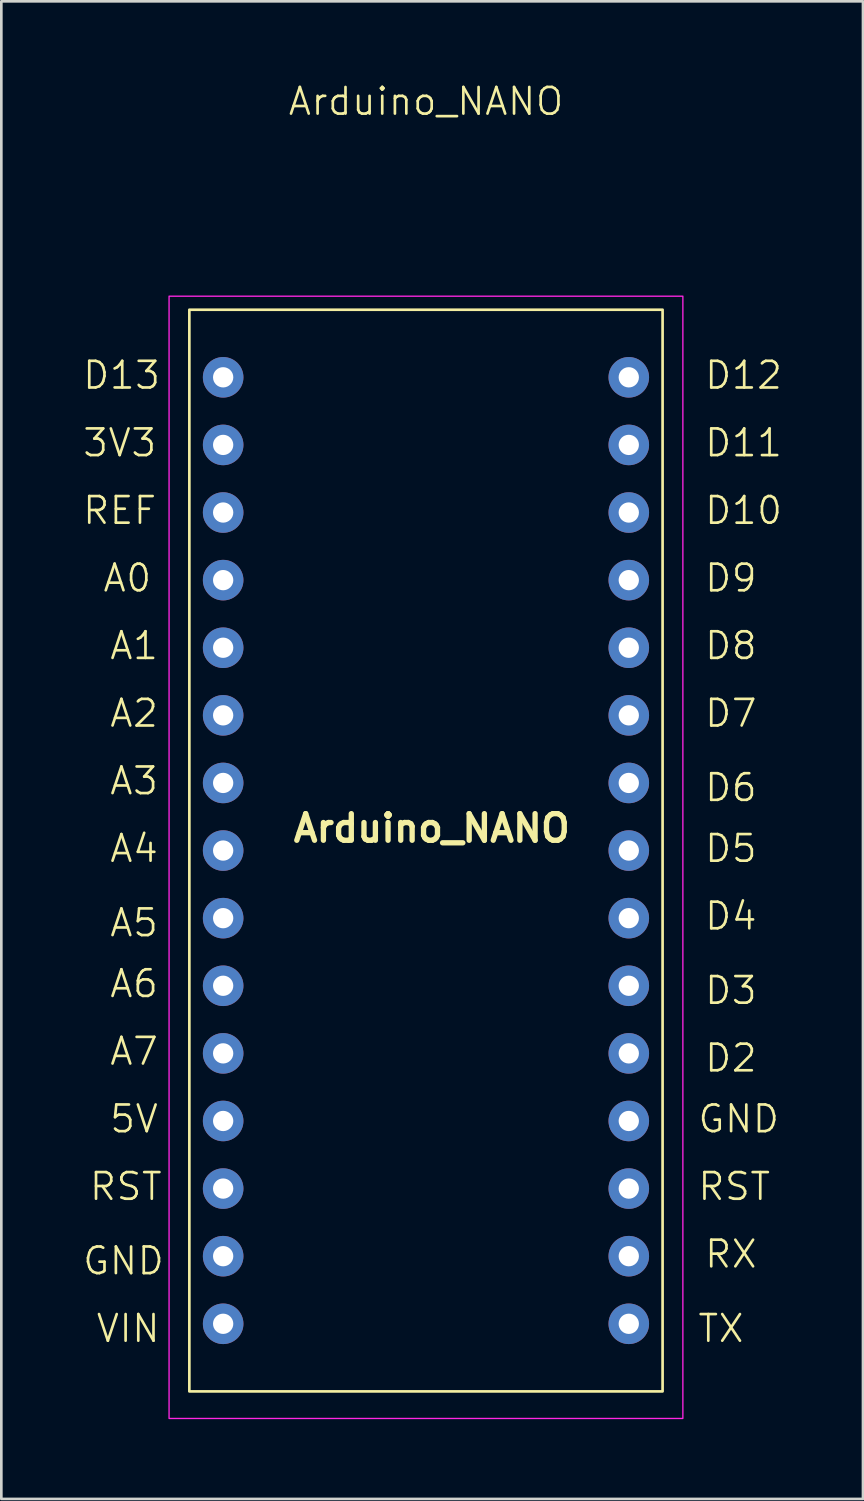
<source format=kicad_pcb>
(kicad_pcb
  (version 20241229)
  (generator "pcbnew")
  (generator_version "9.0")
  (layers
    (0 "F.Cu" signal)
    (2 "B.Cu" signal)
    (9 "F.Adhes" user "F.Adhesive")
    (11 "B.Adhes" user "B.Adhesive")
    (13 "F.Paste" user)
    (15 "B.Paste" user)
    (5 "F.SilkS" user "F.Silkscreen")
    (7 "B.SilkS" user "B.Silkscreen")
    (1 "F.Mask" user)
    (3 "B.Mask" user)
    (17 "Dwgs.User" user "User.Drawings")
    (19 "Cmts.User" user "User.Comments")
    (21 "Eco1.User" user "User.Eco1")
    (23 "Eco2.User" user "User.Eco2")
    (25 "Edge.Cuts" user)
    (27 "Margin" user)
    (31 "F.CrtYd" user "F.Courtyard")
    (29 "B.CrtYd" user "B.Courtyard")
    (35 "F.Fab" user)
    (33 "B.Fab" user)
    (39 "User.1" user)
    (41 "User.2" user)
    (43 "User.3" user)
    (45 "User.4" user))
  (footprint "Arduino_NANO"
    (layer "F.Cu")
    (at 12.954 28.398)
    (property "Reference" "Arduino_NANO" (at 0 -27.638 0) (unlocked yes) (layer "F.SilkS") (effects (font (size 1 1) (thickness 0.1))))
    (attr through_hole)
    (fp_rect (start -8.89 -19.812) (end 8.89 20.828) (stroke (width 0.1) (type default)) (fill no) (layer "F.SilkS"))
    (fp_rect (start -9.652 -20.32) (end 9.652 21.844) (stroke (width 0.05) (type default)) (fill no) (layer "F.CrtYd"))
    (fp_text user "A1" (at -11.938 -6.604 0) (unlocked yes) (layer "F.SilkS") (effects (font (size 1 1) (thickness 0.1)) (justify left bottom)))
    (fp_text user "D6" (at 10.414 -1.27 0) (unlocked yes) (layer "F.SilkS") (effects (font (size 1 1) (thickness 0.1)) (justify left bottom)))
    (fp_text user "A7" (at -11.938 8.636 0) (unlocked yes) (layer "F.SilkS") (effects (font (size 1 1) (thickness 0.1)) (justify left bottom)))
    (fp_text user "A0" (at -12.192 -9.144 0) (unlocked yes) (layer "F.SilkS") (effects (font (size 1 1) (thickness 0.1)) (justify left bottom)))
    (fp_text user "RX" (at 10.414 16.256 0) (unlocked yes) (layer "F.SilkS") (effects (font (size 1 1) (thickness 0.1)) (justify left bottom)))
    (fp_text user "GND" (at 10.16 11.176 0) (unlocked yes) (layer "F.SilkS") (effects (font (size 1 1) (thickness 0.1)) (justify left bottom)))
    (fp_text user "D7" (at 10.414 -4.064 0) (unlocked yes) (layer "F.SilkS") (effects (font (size 1 1) (thickness 0.1)) (justify left bottom)))
    (fp_text user "D3" (at 10.414 6.35 0) (unlocked yes) (layer "F.SilkS") (effects (font (size 1 1) (thickness 0.1)) (justify left bottom)))
    (fp_text user "VIN" (at -12.446 19.05 0) (unlocked yes) (layer "F.SilkS") (effects (font (size 1 1) (thickness 0.1)) (justify left bottom)))
    (fp_text user "D9" (at 10.414 -9.144 0) (unlocked yes) (layer "F.SilkS") (effects (font (size 1 1) (thickness 0.1)) (justify left bottom)))
    (fp_text user "TX" (at 10.16 19.05 0) (unlocked yes) (layer "F.SilkS") (effects (font (size 1 1) (thickness 0.1)) (justify left bottom)))
    (fp_text user "D2" (at 10.414 8.89 0) (unlocked yes) (layer "F.SilkS") (effects (font (size 1 1) (thickness 0.1)) (justify left bottom)))
    (fp_text user "A4" (at -11.938 1.016 0) (unlocked yes) (layer "F.SilkS") (effects (font (size 1 1) (thickness 0.1)) (justify left bottom)))
    (fp_text user "A5" (at -11.938 3.81 0) (unlocked yes) (layer "F.SilkS") (effects (font (size 1 1) (thickness 0.1)) (justify left bottom)))
    (fp_text user "RST" (at -12.7 13.716 0) (unlocked yes) (layer "F.SilkS") (effects (font (size 1 1) (thickness 0.1)) (justify left bottom)))
    (fp_text user "D12" (at 10.414 -16.764 0) (unlocked yes) (layer "F.SilkS") (effects (font (size 1 1) (thickness 0.1)) (justify left bottom)))
    (fp_text user "D13" (at -12.954 -16.764 0) (unlocked yes) (layer "F.SilkS") (effects (font (size 1 1) (thickness 0.1)) (justify left bottom)))
    (fp_text user "D5" (at 10.414 1.016 0) (unlocked yes) (layer "F.SilkS") (effects (font (size 1 1) (thickness 0.1)) (justify left bottom)))
    (fp_text user "5V" (at -11.938 11.176 0) (unlocked yes) (layer "F.SilkS") (effects (font (size 1 1) (thickness 0.1)) (justify left bottom)))
    (fp_text user "A3" (at -11.938 -1.524 0) (unlocked yes) (layer "F.SilkS") (effects (font (size 1 1) (thickness 0.1)) (justify left bottom)))
    (fp_text user "A2" (at -11.938 -4.064 0) (unlocked yes) (layer "F.SilkS") (effects (font (size 1 1) (thickness 0.1)) (justify left bottom)))
    (fp_text user "3V3" (at -12.954 -14.224 0) (unlocked yes) (layer "F.SilkS") (effects (font (size 1 1) (thickness 0.1)) (justify left bottom)))
    (fp_text user "RST" (at 10.16 13.716 0) (unlocked yes) (layer "F.SilkS") (effects (font (size 1 1) (thickness 0.1)) (justify left bottom)))
    (fp_text user "GND" (at -12.954 16.51 0) (unlocked yes) (layer "F.SilkS") (effects (font (size 1 1) (thickness 0.1)) (justify left bottom)))
    (fp_text user "D4" (at 10.414 3.556 0) (unlocked yes) (layer "F.SilkS") (effects (font (size 1 1) (thickness 0.1)) (justify left bottom)))
    (fp_text user "D10" (at 10.414 -11.684 0) (unlocked yes) (layer "F.SilkS") (effects (font (size 1 1) (thickness 0.1)) (justify left bottom)))
    (fp_text user "Arduino_NANO" (at -5.08 0.254 0) (unlocked yes) (layer "F.SilkS") (effects (font (size 1 1) (thickness 0.2) (bold yes)) (justify left bottom)))
    (fp_text user "D8" (at 10.414 -6.604 0) (unlocked yes) (layer "F.SilkS") (effects (font (size 1 1) (thickness 0.1)) (justify left bottom)))
    (fp_text user "A6" (at -11.938 6.096 0) (unlocked yes) (layer "F.SilkS") (effects (font (size 1 1) (thickness 0.1)) (justify left bottom)))
    (fp_text user "REF" (at -12.954 -11.684 0) (unlocked yes) (layer "F.SilkS") (effects (font (size 1 1) (thickness 0.1)) (justify left bottom)))
    (fp_text user "D11" (at 10.414 -14.224 0) (unlocked yes) (layer "F.SilkS") (effects (font (size 1 1) (thickness 0.1)) (justify left bottom)))
    (pad "1" thru_hole circle (at -7.62 -17.272) (size 1.524 1.524) (drill 0.762) (layers "*.Cu" "*.Mask"))
    (pad "2" thru_hole circle (at -7.62 -14.732) (size 1.524 1.524) (drill 0.762) (layers "*.Cu" "*.Mask"))
    (pad "3" thru_hole circle (at -7.62 -12.192) (size 1.524 1.524) (drill 0.762) (layers "*.Cu" "*.Mask"))
    (pad "4" thru_hole circle (at -7.62 -9.652) (size 1.524 1.524) (drill 0.762) (layers "*.Cu" "*.Mask"))
    (pad "5" thru_hole circle (at -7.62 -7.112) (size 1.524 1.524) (drill 0.762) (layers "*.Cu" "*.Mask"))
    (pad "6" thru_hole circle (at -7.62 -4.572) (size 1.524 1.524) (drill 0.762) (layers "*.Cu" "*.Mask"))
    (pad "7" thru_hole circle (at -7.62 -2.032) (size 1.524 1.524) (drill 0.762) (layers "*.Cu" "*.Mask"))
    (pad "8" thru_hole circle (at -7.62 0.508) (size 1.524 1.524) (drill 0.762) (layers "*.Cu" "*.Mask"))
    (pad "9" thru_hole circle (at -7.62 3.048) (size 1.524 1.524) (drill 0.762) (layers "*.Cu" "*.Mask"))
    (pad "10" thru_hole circle (at -7.62 5.588) (size 1.524 1.524) (drill 0.762) (layers "*.Cu" "*.Mask"))
    (pad "11" thru_hole circle (at -7.62 8.128) (size 1.524 1.524) (drill 0.762) (layers "*.Cu" "*.Mask"))
    (pad "12" thru_hole circle (at -7.62 10.668) (size 1.524 1.524) (drill 0.762) (layers "*.Cu" "*.Mask"))
    (pad "13" thru_hole circle (at -7.62 13.208) (size 1.524 1.524) (drill 0.762) (layers "*.Cu" "*.Mask"))
    (pad "14" thru_hole circle (at -7.62 15.748) (size 1.524 1.524) (drill 0.762) (layers "*.Cu" "*.Mask"))
    (pad "15" thru_hole circle (at -7.62 18.288) (size 1.524 1.524) (drill 0.762) (layers "*.Cu" "*.Mask"))
    (pad "16" thru_hole circle (at 7.62 18.288) (size 1.524 1.524) (drill 0.762) (layers "*.Cu" "*.Mask"))
    (pad "17" thru_hole circle (at 7.62 15.748) (size 1.524 1.524) (drill 0.762) (layers "*.Cu" "*.Mask"))
    (pad "18" thru_hole circle (at 7.62 13.208) (size 1.524 1.524) (drill 0.762) (layers "*.Cu" "*.Mask"))
    (pad "19" thru_hole circle (at 7.62 10.668) (size 1.524 1.524) (drill 0.762) (layers "*.Cu" "*.Mask"))
    (pad "20" thru_hole circle (at 7.62 8.128) (size 1.524 1.524) (drill 0.762) (layers "*.Cu" "*.Mask"))
    (pad "21" thru_hole circle (at 7.62 5.588) (size 1.524 1.524) (drill 0.762) (layers "*.Cu" "*.Mask"))
    (pad "22" thru_hole circle (at 7.62 3.048) (size 1.524 1.524) (drill 0.762) (layers "*.Cu" "*.Mask"))
    (pad "23" thru_hole circle (at 7.62 0.508) (size 1.524 1.524) (drill 0.762) (layers "*.Cu" "*.Mask"))
    (pad "24" thru_hole circle (at 7.62 -2.032) (size 1.524 1.524) (drill 0.762) (layers "*.Cu" "*.Mask"))
    (pad "25" thru_hole circle (at 7.62 -4.572) (size 1.524 1.524) (drill 0.762) (layers "*.Cu" "*.Mask"))
    (pad "26" thru_hole circle (at 7.62 -7.112) (size 1.524 1.524) (drill 0.762) (layers "*.Cu" "*.Mask"))
    (pad "27" thru_hole circle (at 7.62 -9.652) (size 1.524 1.524) (drill 0.762) (layers "*.Cu" "*.Mask"))
    (pad "28" thru_hole circle (at 7.62 -12.192) (size 1.524 1.524) (drill 0.762) (layers "*.Cu" "*.Mask"))
    (pad "29" thru_hole circle (at 7.62 -14.732) (size 1.524 1.524) (drill 0.762) (layers "*.Cu" "*.Mask"))
    (pad "30" thru_hole circle (at 7.62 -17.272) (size 1.524 1.524) (drill 0.762) (layers "*.Cu" "*.Mask")))
  (gr_rect
    (start -3 -3)
    (end 29.373 53.267)
    (stroke (width 0.1) (type default))
    (fill no)
    (layer "Edge.Cuts")))
</source>
